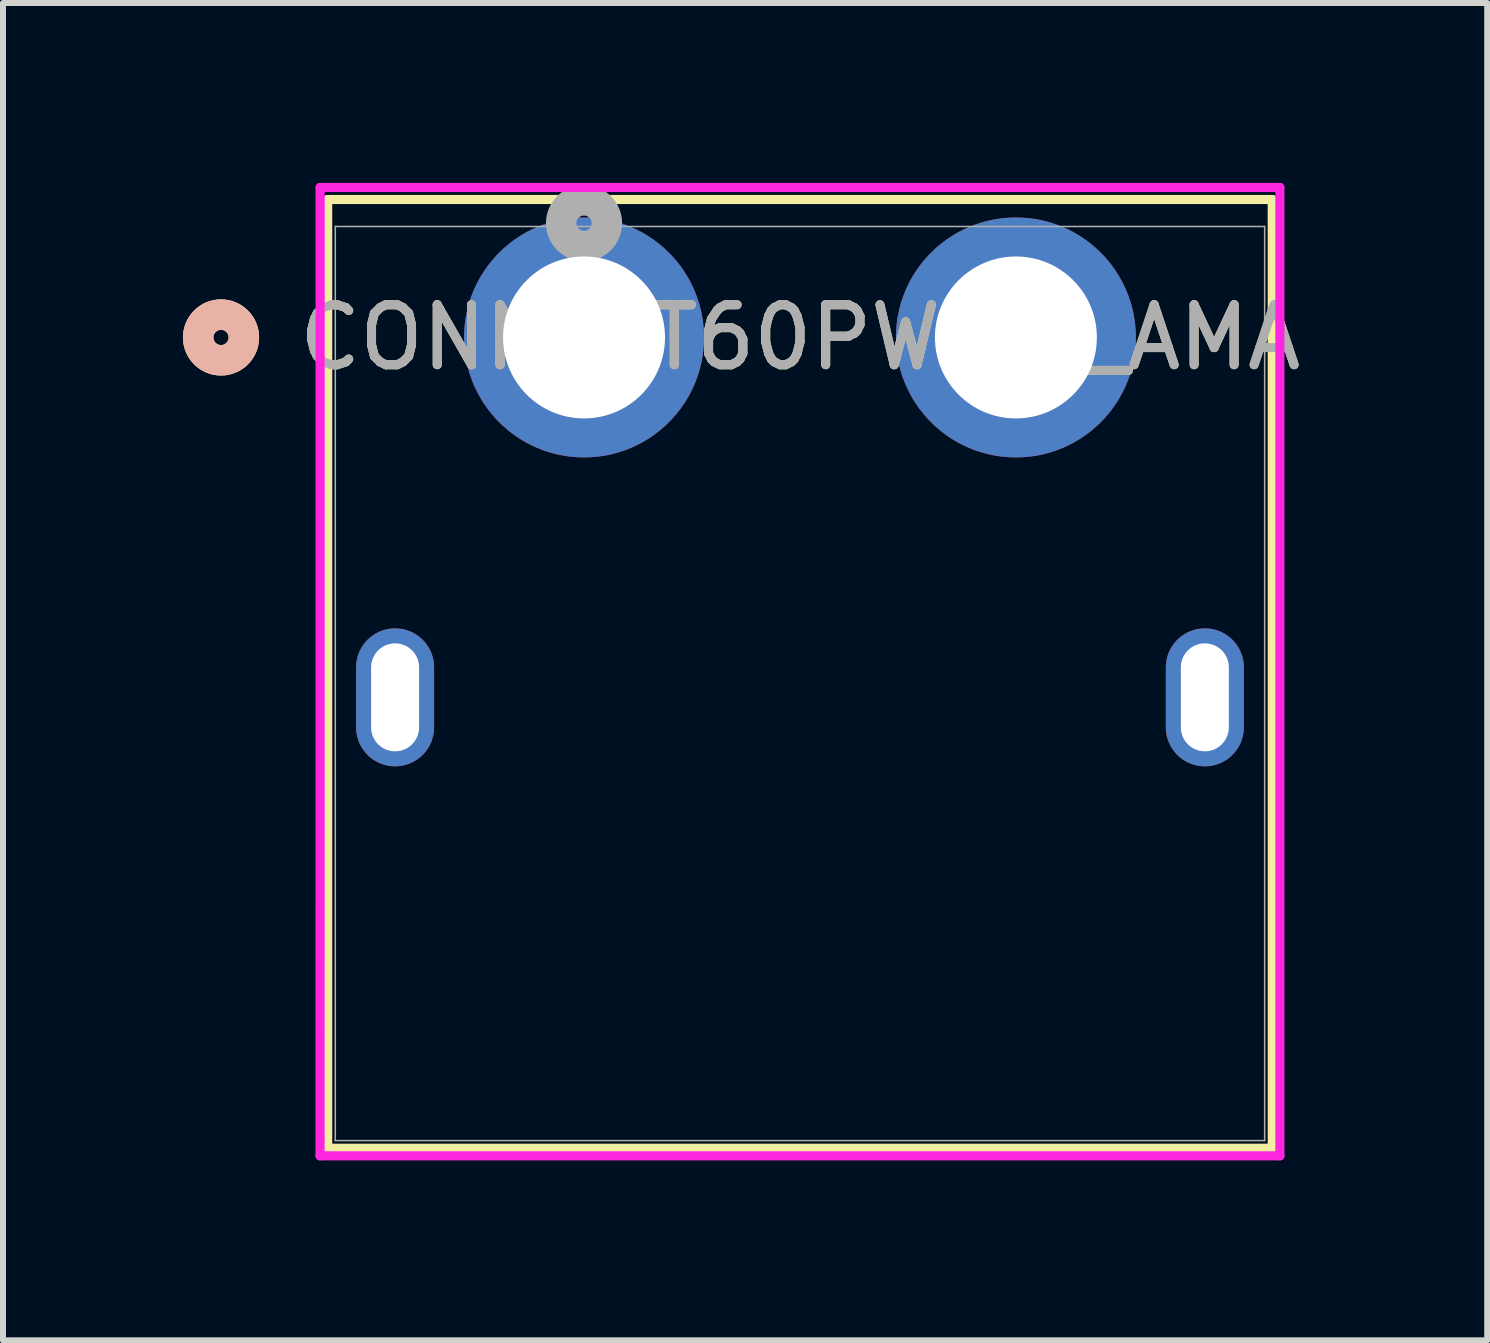
<source format=kicad_pcb>
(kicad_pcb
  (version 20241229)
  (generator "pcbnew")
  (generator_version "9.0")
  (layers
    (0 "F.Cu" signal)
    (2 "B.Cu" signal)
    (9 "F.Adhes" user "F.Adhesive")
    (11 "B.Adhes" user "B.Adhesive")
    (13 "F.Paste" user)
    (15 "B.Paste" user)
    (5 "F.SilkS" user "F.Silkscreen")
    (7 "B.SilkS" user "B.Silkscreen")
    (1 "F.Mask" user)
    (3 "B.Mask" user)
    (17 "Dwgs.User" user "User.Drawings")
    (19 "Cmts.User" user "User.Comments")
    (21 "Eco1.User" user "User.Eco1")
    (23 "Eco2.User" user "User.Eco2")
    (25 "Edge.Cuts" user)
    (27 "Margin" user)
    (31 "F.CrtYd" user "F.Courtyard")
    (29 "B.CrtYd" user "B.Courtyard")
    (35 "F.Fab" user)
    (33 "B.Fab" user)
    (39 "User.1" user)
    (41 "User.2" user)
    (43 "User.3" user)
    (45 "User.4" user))
  (footprint "CONN_XT60PW-M_AMA"
    (layer "F.Cu")
    (at 10.287 8.576)
    (property "Reference" "CONN_XT60PW-M_AMA" (at 0 -6 0) (unlocked yes) (layer "F.SilkS") (effects (font (size 1 1) (thickness 0.15))))
    (fp_line (start -7.874 -8.3) (end -7.874 7.517) (stroke (width 0.152) (type solid)) (layer "F.SilkS"))
    (fp_line (start -7.874 7.517) (end 7.874 7.517) (stroke (width 0.152) (type solid)) (layer "F.SilkS"))
    (fp_line (start 7.874 -8.3) (end -7.874 -8.3) (stroke (width 0.152) (type solid)) (layer "F.SilkS"))
    (fp_line (start 7.874 7.517) (end 7.874 -8.3) (stroke (width 0.152) (type solid)) (layer "F.SilkS"))
    (fp_circle (center -9.652 -6) (end -9.271 -6) (stroke (width 0.508) (type solid)) (fill no) (layer "F.SilkS"))
    (fp_circle (center -9.652 -6) (end -9.271 -6) (stroke (width 0.508) (type solid)) (fill no) (layer "B.SilkS"))
    (fp_line (start -8.001 7.644) (end 8.001 7.644) (stroke (width 0.152) (type solid)) (layer "F.CrtYd"))
    (fp_line (start -8 -8.5) (end -8.001 7.644) (stroke (width 0.152) (type solid)) (layer "F.CrtYd"))
    (fp_line (start 8.001 -8.5) (end -8.001 -8.5) (stroke (width 0.152) (type solid)) (layer "F.CrtYd"))
    (fp_line (start 8.001 7.644) (end 8.001 -8.5) (stroke (width 0.152) (type solid)) (layer "F.CrtYd"))
    (fp_line (start -7.747 -7.85) (end -7.747 7.39) (stroke (width 0.025) (type solid)) (layer "F.Fab"))
    (fp_line (start -7.747 7.39) (end 7.747 7.39) (stroke (width 0.025) (type solid)) (layer "F.Fab"))
    (fp_line (start 7.747 -7.85) (end -7.747 -7.85) (stroke (width 0.025) (type solid)) (layer "F.Fab"))
    (fp_line (start 7.747 7.39) (end 7.747 -7.85) (stroke (width 0.025) (type solid)) (layer "F.Fab"))
    (fp_circle (center -3.6 -7.905) (end -3.219 -7.905) (stroke (width 0.508) (type solid)) (fill no) (layer "F.Fab"))
    (fp_text user "${REFERENCE}" (at 0 -6 0) (unlocked yes) (layer "F.Fab") (effects (font (size 1 1) (thickness 0.15))))
    (pad "1" thru_hole circle (at -3.6 -6) (size 4 4) (drill 2.7) (layers "*.Cu" "*.Mask"))
    (pad "2" thru_hole circle (at 3.6 -6) (size 4 4) (drill 2.7) (layers "*.Cu" "*.Mask"))
    (pad "3" thru_hole oval (at -6.75 0.000001) (size 1.3 2.3) (drill oval 0.8 1.8) (layers "*.Cu" "*.Mask"))
    (pad "3" thru_hole oval (at 6.75 0.000001) (size 1.3 2.3) (drill oval 0.8 1.8) (layers "*.Cu" "*.Mask")))
  (gr_rect
    (start -3 -3)
    (end 21.745 19.296)
    (stroke (width 0.1) (type default))
    (fill no)
    (layer "Edge.Cuts")))
</source>
